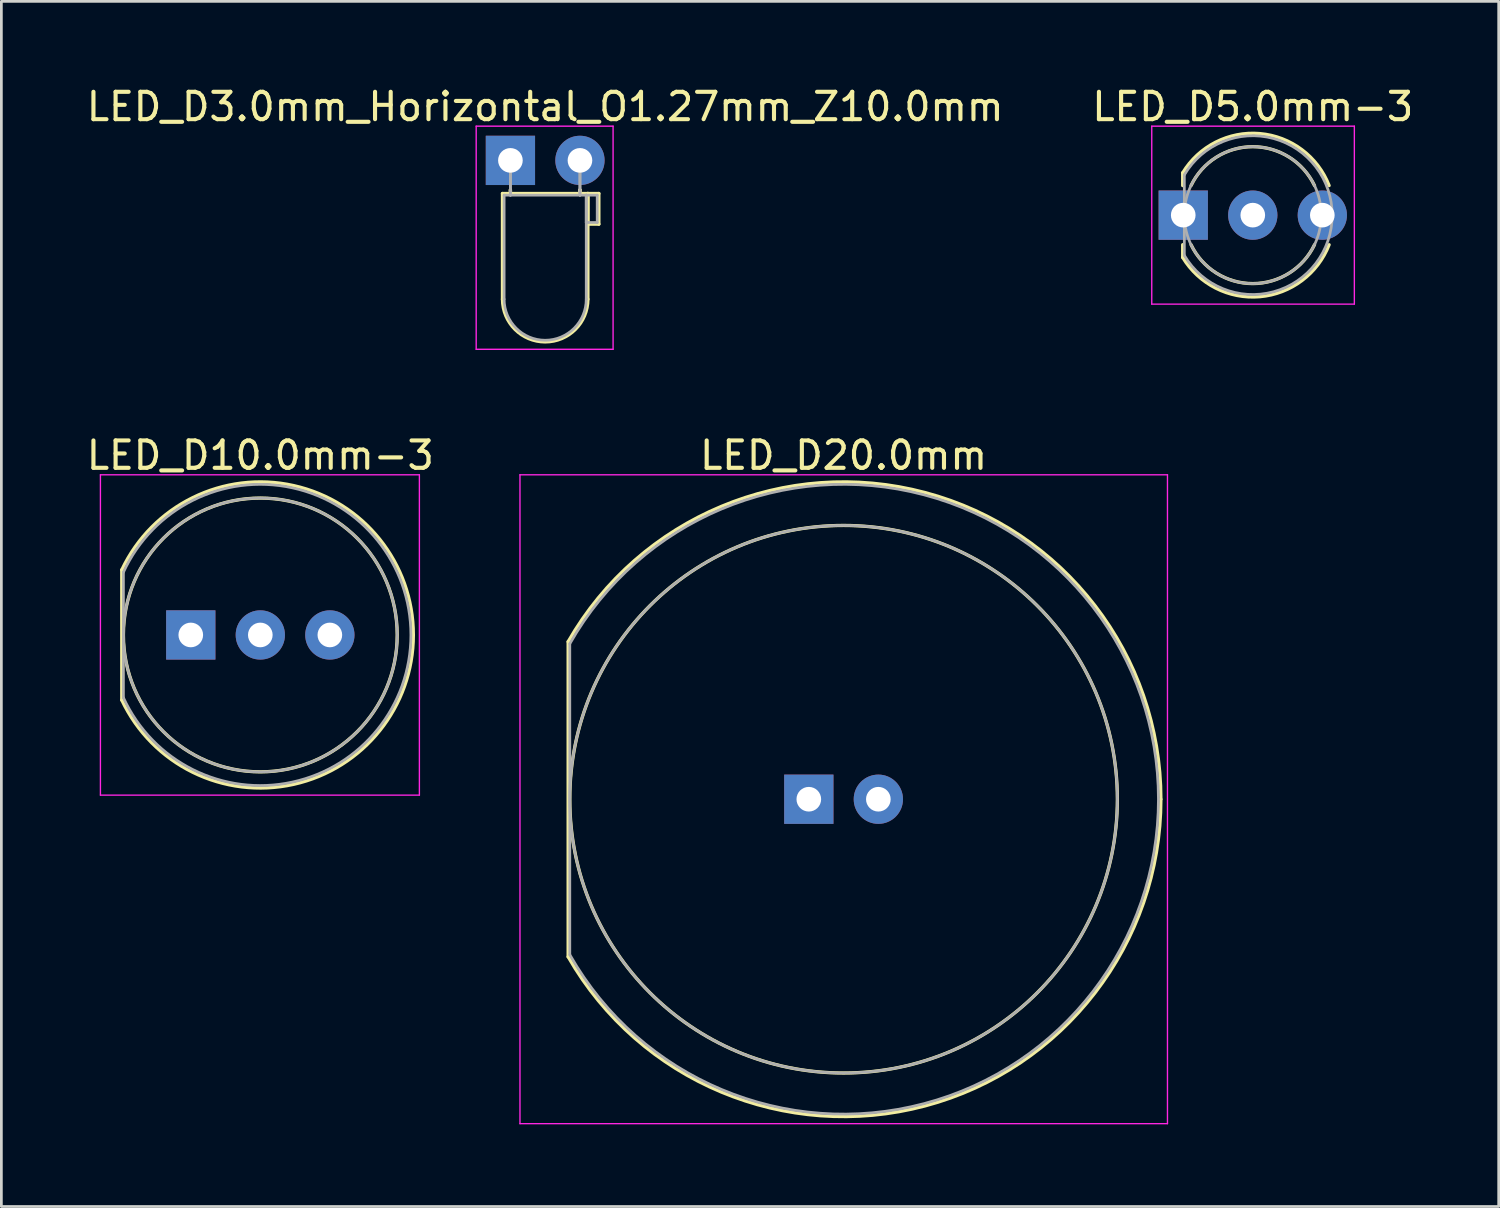
<source format=kicad_pcb>
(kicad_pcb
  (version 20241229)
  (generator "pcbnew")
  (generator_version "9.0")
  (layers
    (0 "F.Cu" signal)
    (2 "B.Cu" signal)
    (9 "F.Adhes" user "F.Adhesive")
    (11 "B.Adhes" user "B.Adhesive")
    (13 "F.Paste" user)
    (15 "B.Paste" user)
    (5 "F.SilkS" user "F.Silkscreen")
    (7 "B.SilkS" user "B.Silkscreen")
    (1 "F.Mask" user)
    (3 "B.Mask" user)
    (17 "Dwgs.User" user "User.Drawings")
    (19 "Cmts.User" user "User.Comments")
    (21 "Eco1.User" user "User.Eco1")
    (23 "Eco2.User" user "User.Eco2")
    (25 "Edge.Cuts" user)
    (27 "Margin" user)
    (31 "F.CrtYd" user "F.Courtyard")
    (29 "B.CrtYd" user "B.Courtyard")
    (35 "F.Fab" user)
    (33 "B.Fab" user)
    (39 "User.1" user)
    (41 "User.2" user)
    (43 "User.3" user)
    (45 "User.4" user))
  (footprint "LED_D5.0mm-3"
    (layer "F.Cu")
    (at 40.168 4.808)
    (property "Reference" "LED_D5.0mm-3" (at 2.54 -3.96 0) (layer "F.SilkS") (effects (font (size 1 1) (thickness 0.15))))
    (attr through_hole)
    (fp_line (start -0.02 -1.545) (end -0.02 -1.08) (stroke (width 0.12) (type solid)) (layer "F.SilkS"))
    (fp_line (start -0.02 1.08) (end -0.02 1.545) (stroke (width 0.12) (type solid)) (layer "F.SilkS"))
    (fp_arc (start -0.02 -1.54483) (mid 2.798456 -2.978809) (end 5.327815 -1.080827) (stroke (width 0.12) (type solid)) (layer "F.SilkS"))
    (fp_arc (start 0.285316 -1.08) (mid 2.539762 -2.5) (end 4.794479 -1.080429) (stroke (width 0.12) (type solid)) (layer "F.SilkS"))
    (fp_arc (start 4.794479 1.080429) (mid 2.539762 2.5) (end 0.285316 1.08) (stroke (width 0.12) (type solid)) (layer "F.SilkS"))
    (fp_arc (start 5.327815 1.080827) (mid 2.798456 2.978808) (end -0.02 1.54483) (stroke (width 0.12) (type solid)) (layer "F.SilkS"))
    (fp_line (start -1.15 -3.25) (end -1.15 3.25) (stroke (width 0.05) (type solid)) (layer "F.CrtYd"))
    (fp_line (start -1.15 3.25) (end 6.25 3.25) (stroke (width 0.05) (type solid)) (layer "F.CrtYd"))
    (fp_line (start 6.25 -3.25) (end -1.15 -3.25) (stroke (width 0.05) (type solid)) (layer "F.CrtYd"))
    (fp_line (start 6.25 3.25) (end 6.25 -3.25) (stroke (width 0.05) (type solid)) (layer "F.CrtYd"))
    (fp_line (start 0.04 -1.47) (end 0.04 1.47) (stroke (width 0.1) (type solid)) (layer "F.Fab"))
    (fp_arc (start 0.04 -1.469694) (mid 5.44 0.000016) (end 0.039984 1.469666) (stroke (width 0.1) (type solid)) (layer "F.Fab"))
    (fp_circle (center 2.54 0) (end 5.04 0) (stroke (width 0.1) (type solid)) (fill no) (layer "F.Fab"))
    (pad "1" thru_hole rect (at 0 0) (size 1.8 1.8) (drill 0.9) (layers "*.Cu" "*.Mask"))
    (pad "2" thru_hole circle (at 2.54 0) (size 1.8 1.8) (drill 0.9) (layers "*.Cu" "*.Mask"))
    (pad "3" thru_hole circle (at 5.08 0) (size 1.8 1.8) (drill 0.9) (layers "*.Cu" "*.Mask")))
  (footprint "LED_D3.0mm_Horizontal_O1.27mm_Z10.0mm"
    (layer "F.Cu")
    (at 15.593 2.808)
    (property "Reference" "LED_D3.0mm_Horizontal_O1.27mm_Z10.0mm" (at 1.27 -1.96 0) (layer "F.SilkS") (effects (font (size 1 1) (thickness 0.15))))
    (attr through_hole)
    (fp_line (start -0.29 1.21) (end -0.29 5.07) (stroke (width 0.12) (type solid)) (layer "F.SilkS"))
    (fp_line (start -0.29 1.21) (end 2.83 1.21) (stroke (width 0.12) (type solid)) (layer "F.SilkS"))
    (fp_line (start 0 1.08) (end 0 1.08) (stroke (width 0.12) (type solid)) (layer "F.SilkS"))
    (fp_line (start 0 1.08) (end 0 1.21) (stroke (width 0.12) (type solid)) (layer "F.SilkS"))
    (fp_line (start 0 1.21) (end 0 1.08) (stroke (width 0.12) (type solid)) (layer "F.SilkS"))
    (fp_line (start 0 1.21) (end 0 1.21) (stroke (width 0.12) (type solid)) (layer "F.SilkS"))
    (fp_line (start 2.54 1.08) (end 2.54 1.08) (stroke (width 0.12) (type solid)) (layer "F.SilkS"))
    (fp_line (start 2.54 1.08) (end 2.54 1.21) (stroke (width 0.12) (type solid)) (layer "F.SilkS"))
    (fp_line (start 2.54 1.21) (end 2.54 1.08) (stroke (width 0.12) (type solid)) (layer "F.SilkS"))
    (fp_line (start 2.54 1.21) (end 2.54 1.21) (stroke (width 0.12) (type solid)) (layer "F.SilkS"))
    (fp_line (start 2.83 1.21) (end 2.83 5.07) (stroke (width 0.12) (type solid)) (layer "F.SilkS"))
    (fp_line (start 2.83 1.21) (end 3.23 1.21) (stroke (width 0.12) (type solid)) (layer "F.SilkS"))
    (fp_line (start 2.83 2.33) (end 2.83 1.21) (stroke (width 0.12) (type solid)) (layer "F.SilkS"))
    (fp_line (start 3.23 1.21) (end 3.23 2.33) (stroke (width 0.12) (type solid)) (layer "F.SilkS"))
    (fp_line (start 3.23 2.33) (end 2.83 2.33) (stroke (width 0.12) (type solid)) (layer "F.SilkS"))
    (fp_arc (start 2.83 5.07) (mid 1.27 6.63) (end -0.29 5.07) (stroke (width 0.12) (type solid)) (layer "F.SilkS"))
    (fp_line (start -1.25 -1.25) (end -1.25 6.9) (stroke (width 0.05) (type solid)) (layer "F.CrtYd"))
    (fp_line (start -1.25 6.9) (end 3.75 6.9) (stroke (width 0.05) (type solid)) (layer "F.CrtYd"))
    (fp_line (start 3.75 -1.25) (end -1.25 -1.25) (stroke (width 0.05) (type solid)) (layer "F.CrtYd"))
    (fp_line (start 3.75 6.9) (end 3.75 -1.25) (stroke (width 0.05) (type solid)) (layer "F.CrtYd"))
    (fp_line (start -0.23 1.27) (end -0.23 5.07) (stroke (width 0.1) (type solid)) (layer "F.Fab"))
    (fp_line (start -0.23 1.27) (end 2.77 1.27) (stroke (width 0.1) (type solid)) (layer "F.Fab"))
    (fp_line (start 0 0) (end 0 0) (stroke (width 0.1) (type solid)) (layer "F.Fab"))
    (fp_line (start 0 0) (end 0 1.27) (stroke (width 0.1) (type solid)) (layer "F.Fab"))
    (fp_line (start 0 1.27) (end 0 0) (stroke (width 0.1) (type solid)) (layer "F.Fab"))
    (fp_line (start 0 1.27) (end 0 1.27) (stroke (width 0.1) (type solid)) (layer "F.Fab"))
    (fp_line (start 2.54 0) (end 2.54 0) (stroke (width 0.1) (type solid)) (layer "F.Fab"))
    (fp_line (start 2.54 0) (end 2.54 1.27) (stroke (width 0.1) (type solid)) (layer "F.Fab"))
    (fp_line (start 2.54 1.27) (end 2.54 0) (stroke (width 0.1) (type solid)) (layer "F.Fab"))
    (fp_line (start 2.54 1.27) (end 2.54 1.27) (stroke (width 0.1) (type solid)) (layer "F.Fab"))
    (fp_line (start 2.77 1.27) (end 2.77 5.07) (stroke (width 0.1) (type solid)) (layer "F.Fab"))
    (fp_line (start 2.77 1.27) (end 3.17 1.27) (stroke (width 0.1) (type solid)) (layer "F.Fab"))
    (fp_line (start 2.77 2.27) (end 2.77 1.27) (stroke (width 0.1) (type solid)) (layer "F.Fab"))
    (fp_line (start 3.17 1.27) (end 3.17 2.27) (stroke (width 0.1) (type solid)) (layer "F.Fab"))
    (fp_line (start 3.17 2.27) (end 2.77 2.27) (stroke (width 0.1) (type solid)) (layer "F.Fab"))
    (fp_arc (start 2.77 5.07) (mid 1.27 6.57) (end -0.23 5.07) (stroke (width 0.1) (type solid)) (layer "F.Fab"))
    (pad "1" thru_hole rect (at 0 0) (size 1.8 1.8) (drill 0.9) (layers "*.Cu" "*.Mask"))
    (pad "2" thru_hole circle (at 2.54 0) (size 1.8 1.8) (drill 0.9) (layers "*.Cu" "*.Mask")))
  (footprint "LED_D10.0mm-3"
    (layer "F.Cu")
    (at 3.918 20.142)
    (property "Reference" "LED_D10.0mm-3" (at 2.54 -6.56 0) (layer "F.SilkS") (effects (font (size 1 1) (thickness 0.15))))
    (attr through_hole)
    (fp_line (start -2.52 -2.376) (end -2.52 2.376) (stroke (width 0.12) (type solid)) (layer "F.SilkS"))
    (fp_arc (start -2.52 -2.375816) (mid 3.754794 -5.456407) (end 8.129998 -0.004741) (stroke (width 0.12) (type solid)) (layer "F.SilkS"))
    (fp_arc (start 8.129998 0.004741) (mid 3.754794 5.456407) (end -2.52 2.375816) (stroke (width 0.12) (type solid)) (layer "F.SilkS"))
    (fp_circle (center 2.54 0) (end 7.54 0) (stroke (width 0.12) (type solid)) (fill no) (layer "F.SilkS"))
    (fp_line (start -3.3 -5.85) (end -3.3 5.85) (stroke (width 0.05) (type solid)) (layer "F.CrtYd"))
    (fp_line (start -3.3 5.85) (end 8.35 5.85) (stroke (width 0.05) (type solid)) (layer "F.CrtYd"))
    (fp_line (start 8.35 -5.85) (end -3.3 -5.85) (stroke (width 0.05) (type solid)) (layer "F.CrtYd"))
    (fp_line (start 8.35 5.85) (end 8.35 -5.85) (stroke (width 0.05) (type solid)) (layer "F.CrtYd"))
    (fp_line (start -2.46 -2.291) (end -2.46 2.291) (stroke (width 0.1) (type solid)) (layer "F.Fab"))
    (fp_arc (start -2.46 -2.291288) (mid 8.04 0.001918) (end -2.461597 2.2878) (stroke (width 0.1) (type solid)) (layer "F.Fab"))
    (fp_circle (center 2.54 0) (end 7.54 0) (stroke (width 0.1) (type solid)) (fill no) (layer "F.Fab"))
    (pad "1" thru_hole rect (at 0 0) (size 1.8 1.8) (drill 0.9) (layers "*.Cu" "*.Mask"))
    (pad "2" thru_hole circle (at 2.54 0) (size 1.8 1.8) (drill 0.9) (layers "*.Cu" "*.Mask"))
    (pad "3" thru_hole circle (at 5.08 0) (size 1.8 1.8) (drill 0.9) (layers "*.Cu" "*.Mask")))
  (footprint "LED_D20.0mm"
    (layer "F.Cu")
    (at 26.492 26.142)
    (property "Reference" "LED_D20.0mm" (at 1.27 -12.56 0) (layer "F.SilkS") (effects (font (size 1 1) (thickness 0.15))))
    (attr through_hole)
    (fp_line (start -8.79 -5.756) (end -8.79 5.756) (stroke (width 0.12) (type solid)) (layer "F.SilkS"))
    (fp_arc (start -8.79 -5.755389) (mid 4.245115 -11.201643) (end 12.859999 -0.00523) (stroke (width 0.12) (type solid)) (layer "F.SilkS"))
    (fp_arc (start 12.859999 0.00523) (mid 4.245115 11.201643) (end -8.79 5.755389) (stroke (width 0.12) (type solid)) (layer "F.SilkS"))
    (fp_circle (center 1.27 0) (end 11.27 0) (stroke (width 0.12) (type solid)) (fill no) (layer "F.SilkS"))
    (fp_line (start -10.55 -11.85) (end -10.55 11.85) (stroke (width 0.05) (type solid)) (layer "F.CrtYd"))
    (fp_line (start -10.55 11.85) (end 13.1 11.85) (stroke (width 0.05) (type solid)) (layer "F.CrtYd"))
    (fp_line (start 13.1 -11.85) (end -10.55 -11.85) (stroke (width 0.05) (type solid)) (layer "F.CrtYd"))
    (fp_line (start 13.1 11.85) (end 13.1 -11.85) (stroke (width 0.05) (type solid)) (layer "F.CrtYd"))
    (fp_line (start -8.73 -5.679) (end -8.73 5.679) (stroke (width 0.1) (type solid)) (layer "F.Fab"))
    (fp_arc (start -8.73 -5.678908) (mid 12.77 -0.001637) (end -8.728383 5.681755) (stroke (width 0.1) (type solid)) (layer "F.Fab"))
    (fp_circle (center 1.27 0) (end 11.27 0) (stroke (width 0.1) (type solid)) (fill no) (layer "F.Fab"))
    (pad "1" thru_hole rect (at 0 0) (size 1.8 1.8) (drill 0.9) (layers "*.Cu" "*.Mask"))
    (pad "2" thru_hole circle (at 2.54 0) (size 1.8 1.8) (drill 0.9) (layers "*.Cu" "*.Mask")))
  (gr_rect
    (start -3 -3)
    (end 51.69 41.017)
    (stroke (width 0.1) (type default))
    (fill no)
    (layer "Edge.Cuts")))
</source>
